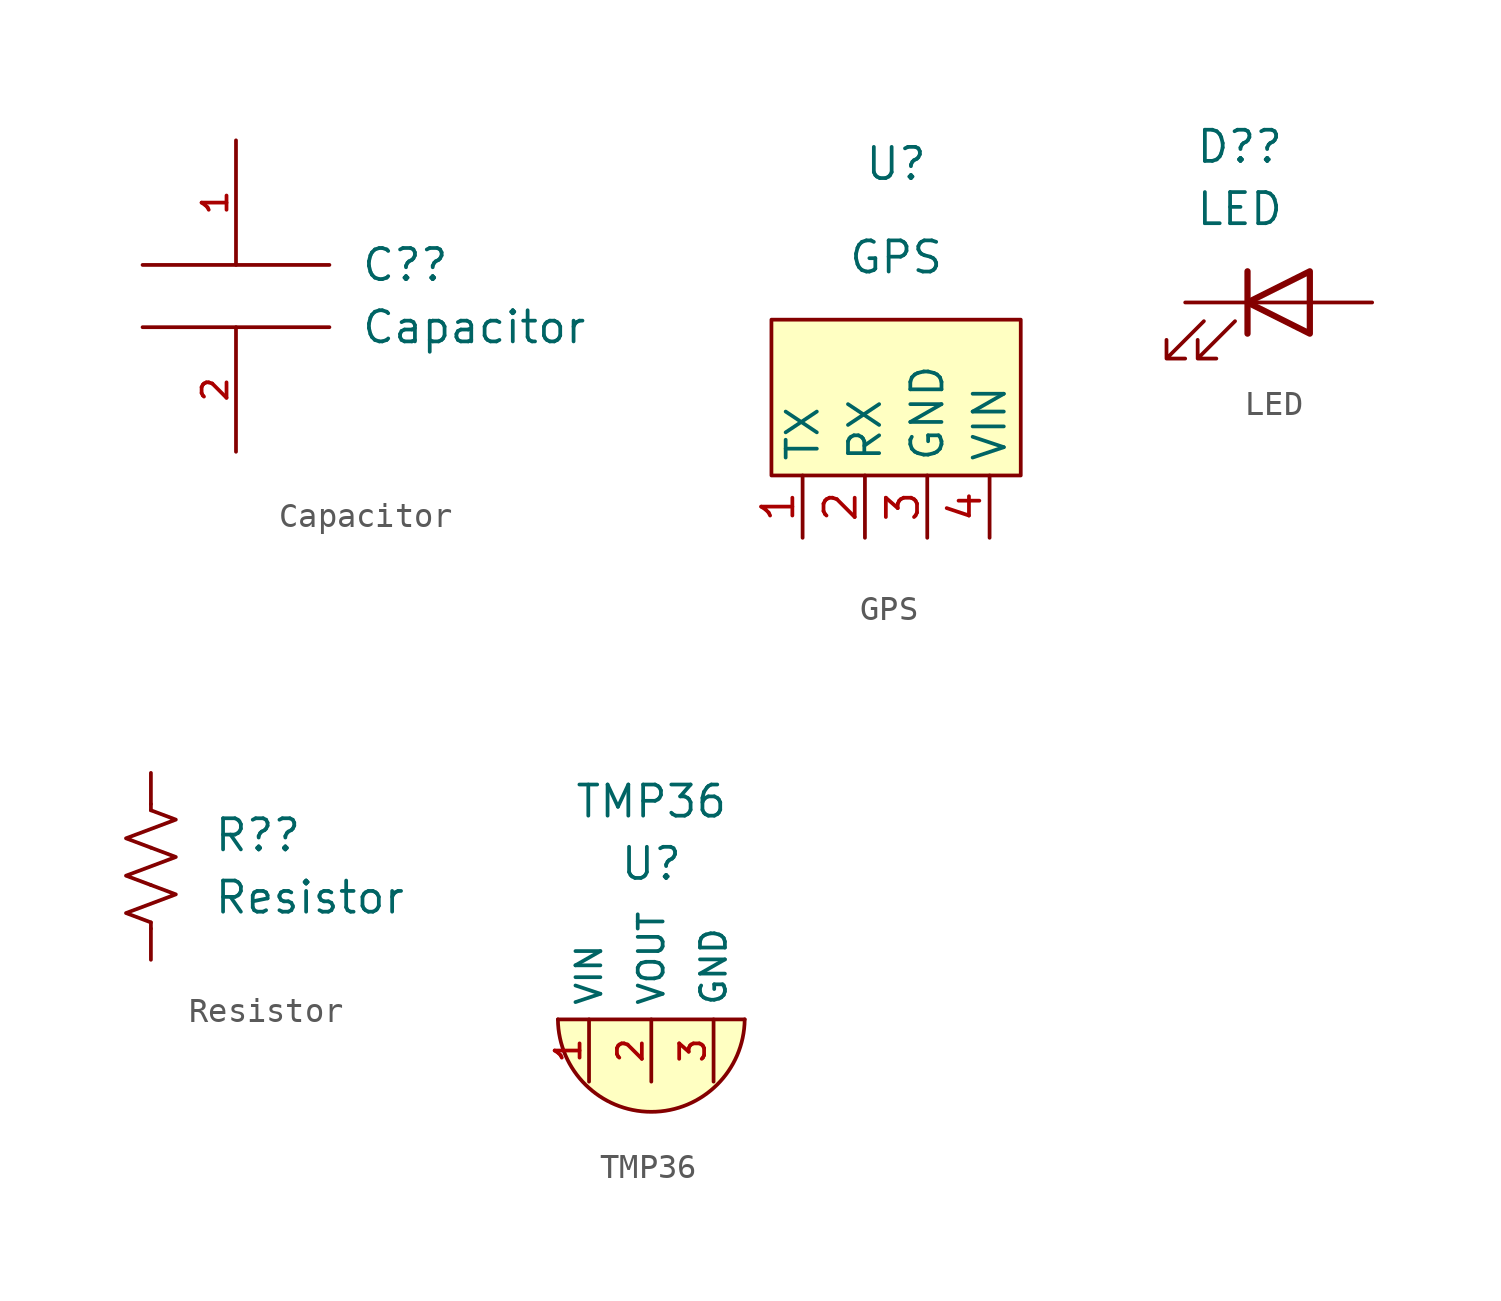
<source format=kicad_sym>
(kicad_symbol_lib
  (version 20211014)
  (generator kicad_symbol_editor)
  (symbol "Capacitor"
    (pin_names
      (offset 0.254))
    (property "Reference" "C?"
      (at 5.08 1.27 0)
      (effects (font (size 1.27 1.27)) (justify left)))
    (property "Value" "Capacitor"
      (at 5.08 -1.27 0)
      (effects (font (size 1.27 1.27)) (justify left)))
    (symbol "Capacitor_0_1"
      (polyline (pts (xy -3.81 -1.27) (xy 3.81 -1.27)) (stroke (width 0) (type default) (color 0 0 0 0)) (fill (type none)))
      (polyline (pts (xy -3.81 1.27) (xy 3.81 1.27)) (stroke (width 0) (type default) (color 0 0 0 0)) (fill (type none))))
    (symbol "Capacitor_1_1"
      (pin power_in line (at 0 6.35 270) (length 5.08) (name "~" (effects (font (size 1.016 1.016)))) (number "1" (effects (font (size 1.016 1.016)))))
      (pin power_out line (at 0 -6.35 90) (length 5.08) (name "~" (effects (font (size 1.016 1.016)))) (number "2" (effects (font (size 1.016 1.016)))))))
  (symbol "GPS"
    (property "Reference" "U"
      (at 0 10.16 0)
      (effects (font (size 1.27 1.27))))
    (property "Value" "GPS"
      (at 0 6.35 0)
      (effects (font (size 1.27 1.27))))
    (symbol "GPS_0_1"
      (rectangle (start -5.08 3.81) (end 5.08 -2.54) (stroke (width 0) (type default) (color 0 0 0 0)) (fill (type background))))
    (symbol "GPS_1_1"
      (pin output line (at -3.81 -5.08 90) (length 2.54) (name "TX" (effects (font (size 1.27 1.27)))) (number "1" (effects (font (size 1.27 1.27)))))
      (pin input line (at -1.27 -5.08 90) (length 2.54) (name "RX" (effects (font (size 1.27 1.27)))) (number "2" (effects (font (size 1.27 1.27)))))
      (pin power_in line (at 1.27 -5.08 90) (length 2.54) (name "GND" (effects (font (size 1.27 1.27)))) (number "3" (effects (font (size 1.27 1.27)))))
      (pin power_in line (at 3.81 -5.08 90) (length 2.54) (name "VIN" (effects (font (size 1.27 1.27)))) (number "4" (effects (font (size 1.27 1.27)))))))
  (symbol "LED"
    (pin_numbers hide)
    (pin_names
      (offset 1.016) hide)
    (property "Reference" "D?"
      (at -1.587 6.35 0)
      (effects (font (size 1.27 1.27))))
    (property "Value" "LED"
      (at -1.587 3.81 0)
      (effects (font (size 1.27 1.27))))
    (symbol "LED_0_1"
      (polyline (pts (xy -1.27 -1.27) (xy -1.27 1.27)) (stroke (width 0.254) (type default) (color 0 0 0 0)) (fill (type none)))
      (polyline (pts (xy -1.27 0) (xy 1.27 0)) (stroke (width 0) (type default) (color 0 0 0 0)) (fill (type none)))
      (polyline (pts (xy 1.27 -1.27) (xy 1.27 1.27) (xy -1.27 0) (xy 1.27 -1.27)) (stroke (width 0.254) (type default) (color 0 0 0 0)) (fill (type none)))
      (polyline (pts (xy -3.048 -0.762) (xy -4.572 -2.286) (xy -3.81 -2.286) (xy -4.572 -2.286) (xy -4.572 -1.524)) (stroke (width 0) (type default) (color 0 0 0 0)) (fill (type none)))
      (polyline (pts (xy -1.778 -0.762) (xy -3.302 -2.286) (xy -2.54 -2.286) (xy -3.302 -2.286) (xy -3.302 -1.524)) (stroke (width 0) (type default) (color 0 0 0 0)) (fill (type none))))
    (symbol "LED_1_1"
      (pin passive line (at -3.81 0 0) (length 2.54) (name "K" (effects (font (size 1.27 1.27)))) (number "1" (effects (font (size 1.27 1.27)))))
      (pin passive line (at 3.81 0 180) (length 2.54) (name "A" (effects (font (size 1.27 1.27)))) (number "2" (effects (font (size 1.27 1.27)))))))
  (symbol "Resistor"
    (pin_numbers hide)
    (pin_names
      (offset 0))
    (property "Reference" "R?"
      (at 2.54 1.27 0)
      (effects (font (size 1.27 1.27)) (justify left)))
    (property "Value" "Resistor"
      (at 2.54 -1.27 0)
      (effects (font (size 1.27 1.27)) (justify left)))
    (symbol "Resistor_0_1"
      (polyline (pts (xy 0 -2.286) (xy 0 -2.54)) (stroke (width 0) (type default) (color 0 0 0 0)) (fill (type none)))
      (polyline (pts (xy 0 2.286) (xy 0 2.54)) (stroke (width 0) (type default) (color 0 0 0 0)) (fill (type none)))
      (polyline (pts (xy 0 -0.762) (xy 1.016 -1.143) (xy 0 -1.524) (xy -1.016 -1.905) (xy 0 -2.286)) (stroke (width 0) (type default) (color 0 0 0 0)) (fill (type none)))
      (polyline (pts (xy 0 0.762) (xy 1.016 0.381) (xy 0 0) (xy -1.016 -0.381) (xy 0 -0.762)) (stroke (width 0) (type default) (color 0 0 0 0)) (fill (type none)))
      (polyline (pts (xy 0 2.286) (xy 1.016 1.905) (xy 0 1.524) (xy -1.016 1.143) (xy 0 0.762)) (stroke (width 0) (type default) (color 0 0 0 0)) (fill (type none))))
    (symbol "Resistor_1_1"
      (pin passive line (at 0 3.81 270) (length 1.27) (name "~" (effects (font (size 1.27 1.27)))) (number "1" (effects (font (size 1.27 1.27)))))
      (pin passive line (at 0 -3.81 90) (length 1.27) (name "~" (effects (font (size 1.27 1.27)))) (number "2" (effects (font (size 1.27 1.27)))))))
  (symbol "TMP36"
    (property "Reference" "U"
      (at 0 0 0)
      (effects (font (size 1.27 1.27))))
    (property "Value" "TMP36"
      (at 0 2.54 0)
      (effects (font (size 1.27 1.27))))
    (symbol "TMP36_0_1"
      (arc (start -3.81 -6.35) (mid 0 -10.1992) (end 3.81 -6.35) (stroke (width 0) (type default) (color 0 0 0 0)) (fill (type background)))
      (rectangle (start 3.81 -6.35) (end -3.81 -6.35) (stroke (width 0) (type default) (color 0 0 0 0)) (fill (type none))))
    (symbol "TMP36_1_1"
      (pin power_in line (at -2.54 -8.89 90) (length 2.54) (name "VIN" (effects (font (size 1.016 1.016)))) (number "1" (effects (font (size 1.016 1.016)))))
      (pin power_out line (at 0 -8.89 90) (length 2.54) (name "VOUT" (effects (font (size 1.016 1.016)))) (number "2" (effects (font (size 1.016 1.016)))))
      (pin power_in line (at 2.54 -8.89 90) (length 2.54) (name "GND" (effects (font (size 1.016 1.016)))) (number "3" (effects (font (size 1.016 1.016))))))))
</source>
